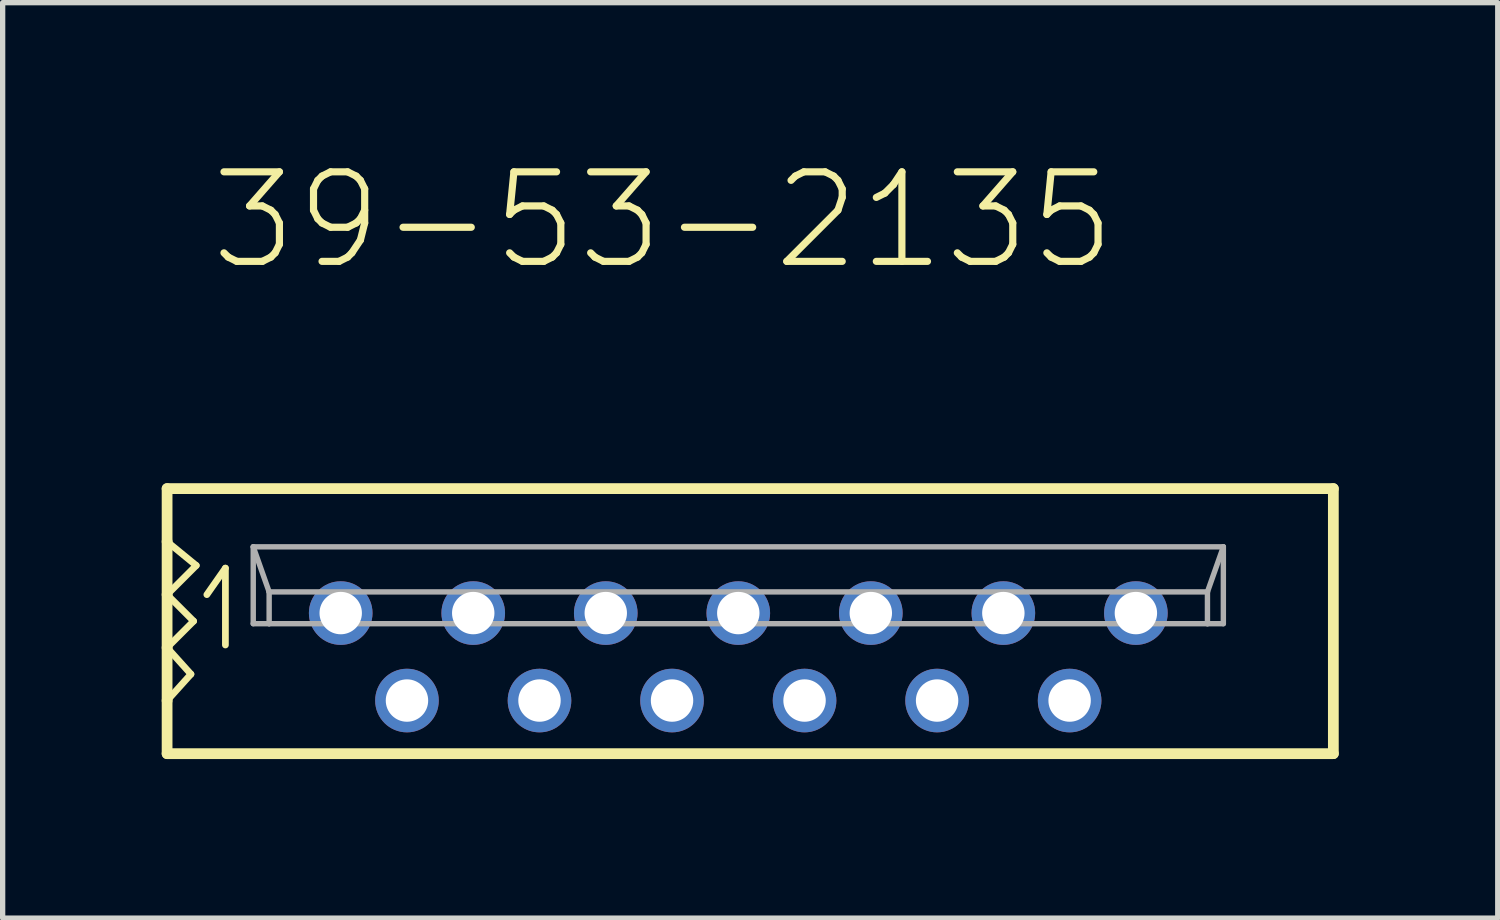
<source format=kicad_pcb>
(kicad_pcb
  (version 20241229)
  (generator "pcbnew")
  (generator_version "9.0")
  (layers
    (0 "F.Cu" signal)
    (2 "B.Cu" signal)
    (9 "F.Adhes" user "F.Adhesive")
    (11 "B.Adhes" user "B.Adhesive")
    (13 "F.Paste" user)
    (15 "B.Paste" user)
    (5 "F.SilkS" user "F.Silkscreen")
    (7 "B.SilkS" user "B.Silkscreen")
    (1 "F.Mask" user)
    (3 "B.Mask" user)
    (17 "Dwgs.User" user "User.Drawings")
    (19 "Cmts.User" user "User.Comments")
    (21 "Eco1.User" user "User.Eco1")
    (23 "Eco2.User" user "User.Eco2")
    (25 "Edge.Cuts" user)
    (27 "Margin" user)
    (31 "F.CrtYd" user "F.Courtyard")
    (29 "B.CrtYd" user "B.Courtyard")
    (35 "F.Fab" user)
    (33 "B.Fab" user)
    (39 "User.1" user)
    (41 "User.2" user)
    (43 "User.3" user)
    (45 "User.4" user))
  (footprint "39-53-2135"
    (layer "F.Cu")
    (at 10.877 8.515)
    (property "Reference" "39-53-2135" (at -10.032 -6.421 180) (layer "F.SilkS") (effects (font (size 1.689 1.689) (thickness 0.135)) (justify left bottom)))
    (attr through_hole)
    (fp_line (start -10.775 -2.348) (end -10.775 -1.348) (stroke (width 0.203) (type solid)) (layer "F.SilkS"))
    (fp_line (start -10.775 -1.348) (end -10.775 -0.348) (stroke (width 0.203) (type solid)) (layer "F.SilkS"))
    (fp_line (start -10.775 -0.348) (end -10.775 0.652) (stroke (width 0.203) (type solid)) (layer "F.SilkS"))
    (fp_line (start -10.775 -0.348) (end -10.225 -0.898) (stroke (width 0.127) (type solid)) (layer "F.SilkS"))
    (fp_line (start -10.775 0.652) (end -10.775 1.652) (stroke (width 0.203) (type solid)) (layer "F.SilkS"))
    (fp_line (start -10.775 0.652) (end -10.275 0.152) (stroke (width 0.127) (type solid)) (layer "F.SilkS"))
    (fp_line (start -10.775 1.652) (end -10.775 2.652) (stroke (width 0.203) (type solid)) (layer "F.SilkS"))
    (fp_line (start -10.775 1.652) (end -10.325 1.152) (stroke (width 0.127) (type solid)) (layer "F.SilkS"))
    (fp_line (start -10.775 2.652) (end 11.225 2.652) (stroke (width 0.203) (type solid)) (layer "F.SilkS"))
    (fp_line (start -10.325 1.152) (end -10.775 0.652) (stroke (width 0.127) (type solid)) (layer "F.SilkS"))
    (fp_line (start -10.275 0.152) (end -10.775 -0.348) (stroke (width 0.127) (type solid)) (layer "F.SilkS"))
    (fp_line (start -10.225 -0.898) (end -10.775 -1.348) (stroke (width 0.127) (type solid)) (layer "F.SilkS"))
    (fp_line (start -10.025 -0.348) (end -9.675 -0.848) (stroke (width 0.127) (type solid)) (layer "F.SilkS"))
    (fp_line (start -9.675 -0.848) (end -9.675 0.602) (stroke (width 0.127) (type solid)) (layer "F.SilkS"))
    (fp_line (start 11.225 -2.348) (end -10.775 -2.348) (stroke (width 0.203) (type solid)) (layer "F.SilkS"))
    (fp_line (start 11.225 2.652) (end 11.225 -2.348) (stroke (width 0.203) (type solid)) (layer "F.SilkS"))
    (fp_line (start -9.15 -1.25) (end -8.85 -0.4) (stroke (width 0.102) (type solid)) (layer "F.Fab"))
    (fp_line (start -9.15 -1.25) (end 9.15 -1.25) (stroke (width 0.102) (type solid)) (layer "F.Fab"))
    (fp_line (start -9.15 0.2) (end -9.15 -1.25) (stroke (width 0.102) (type solid)) (layer "F.Fab"))
    (fp_line (start -8.85 -0.4) (end -8.85 0.2) (stroke (width 0.102) (type solid)) (layer "F.Fab"))
    (fp_line (start -8.85 0.2) (end -9.15 0.2) (stroke (width 0.102) (type solid)) (layer "F.Fab"))
    (fp_line (start -8.85 0.2) (end 8.85 0.2) (stroke (width 0.102) (type solid)) (layer "F.Fab"))
    (fp_line (start 8.85 -0.4) (end -8.85 -0.4) (stroke (width 0.102) (type solid)) (layer "F.Fab"))
    (fp_line (start 8.85 -0.4) (end 9.15 -1.25) (stroke (width 0.102) (type solid)) (layer "F.Fab"))
    (fp_line (start 8.85 0.2) (end 8.85 -0.4) (stroke (width 0.102) (type solid)) (layer "F.Fab"))
    (fp_line (start 9.15 -1.25) (end 9.15 0.2) (stroke (width 0.102) (type solid)) (layer "F.Fab"))
    (fp_line (start 9.15 0.2) (end 8.85 0.2) (stroke (width 0.102) (type solid)) (layer "F.Fab"))
    (pad "1" thru_hole circle (at -7.5 0) (size 1.2 1.2) (drill 0.8) (layers "*.Cu" "*.Mask"))
    (pad "2" thru_hole circle (at -6.25 1.65) (size 1.2 1.2) (drill 0.8) (layers "*.Cu" "*.Mask"))
    (pad "3" thru_hole circle (at -5 0) (size 1.2 1.2) (drill 0.8) (layers "*.Cu" "*.Mask"))
    (pad "4" thru_hole circle (at -3.75 1.65) (size 1.2 1.2) (drill 0.8) (layers "*.Cu" "*.Mask"))
    (pad "5" thru_hole circle (at -2.5 0) (size 1.2 1.2) (drill 0.8) (layers "*.Cu" "*.Mask"))
    (pad "6" thru_hole circle (at -1.25 1.65) (size 1.2 1.2) (drill 0.8) (layers "*.Cu" "*.Mask"))
    (pad "7" thru_hole circle (at 0 0) (size 1.2 1.2) (drill 0.8) (layers "*.Cu" "*.Mask"))
    (pad "8" thru_hole circle (at 1.25 1.65) (size 1.2 1.2) (drill 0.8) (layers "*.Cu" "*.Mask"))
    (pad "9" thru_hole circle (at 2.5 0) (size 1.2 1.2) (drill 0.8) (layers "*.Cu" "*.Mask"))
    (pad "10" thru_hole circle (at 3.75 1.65) (size 1.2 1.2) (drill 0.8) (layers "*.Cu" "*.Mask"))
    (pad "11" thru_hole circle (at 5 0) (size 1.2 1.2) (drill 0.8) (layers "*.Cu" "*.Mask"))
    (pad "12" thru_hole circle (at 6.25 1.65) (size 1.2 1.2) (drill 0.8) (layers "*.Cu" "*.Mask"))
    (pad "13" thru_hole circle (at 7.5 0) (size 1.2 1.2) (drill 0.8) (layers "*.Cu" "*.Mask")))
  (gr_rect
    (start -3 -3)
    (end 25.203 14.269)
    (stroke (width 0.1) (type default))
    (fill no)
    (layer "Edge.Cuts")))
</source>
